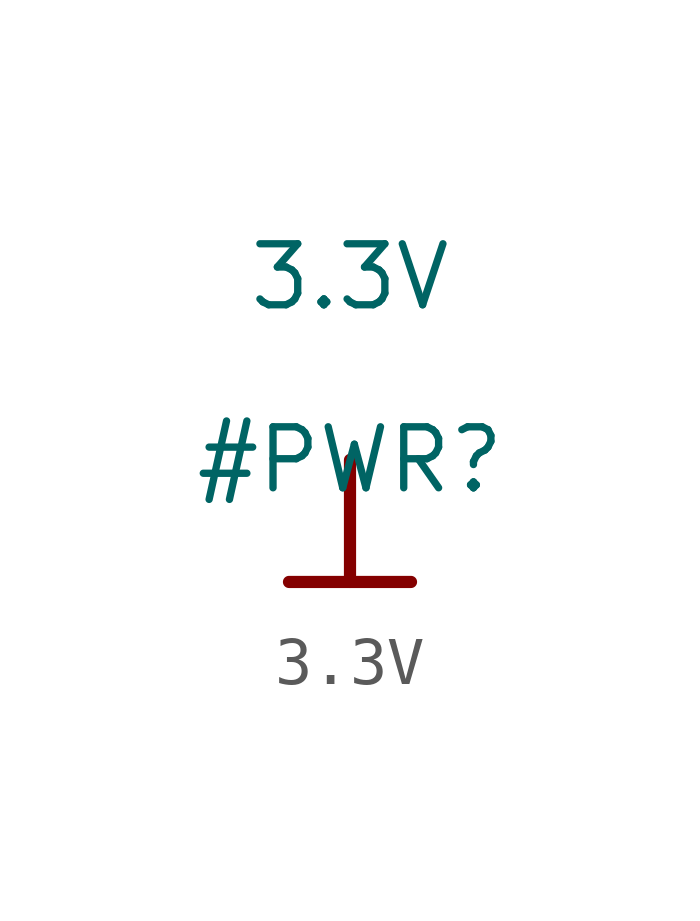
<source format=kicad_sym>
(kicad_symbol_lib
  (version 20211014)
  (generator kicad_symbol_editor)
  (symbol "3.3V"
    (power)
    (property "Reference" "#PWR"
      (at 0 0 0)
      (effects (font (size 1.27 1.27))))
    (property "Value" "3.3V"
      (at 0 3.81 0)
      (effects (font (size 1.27 1.27))))
    (symbol "3.3V_0_0"
      (polyline (pts (xy -1.27 -2.54) (xy 1.27 -2.54)) (stroke (width 0.254) (type default) (color 0 0 0 0)) (fill (type none)))
      (polyline (pts (xy 0 0) (xy 0 -2.54)) (stroke (width 0.254) (type default) (color 0 0 0 0)) (fill (type none)))
      (pin power_in line (at 0 0 0) (length 0) hide (name "3.3V" (effects (font (size 1.27 1.27)))) (number "" (effects (font (size 1.27 1.27))))))))
</source>
